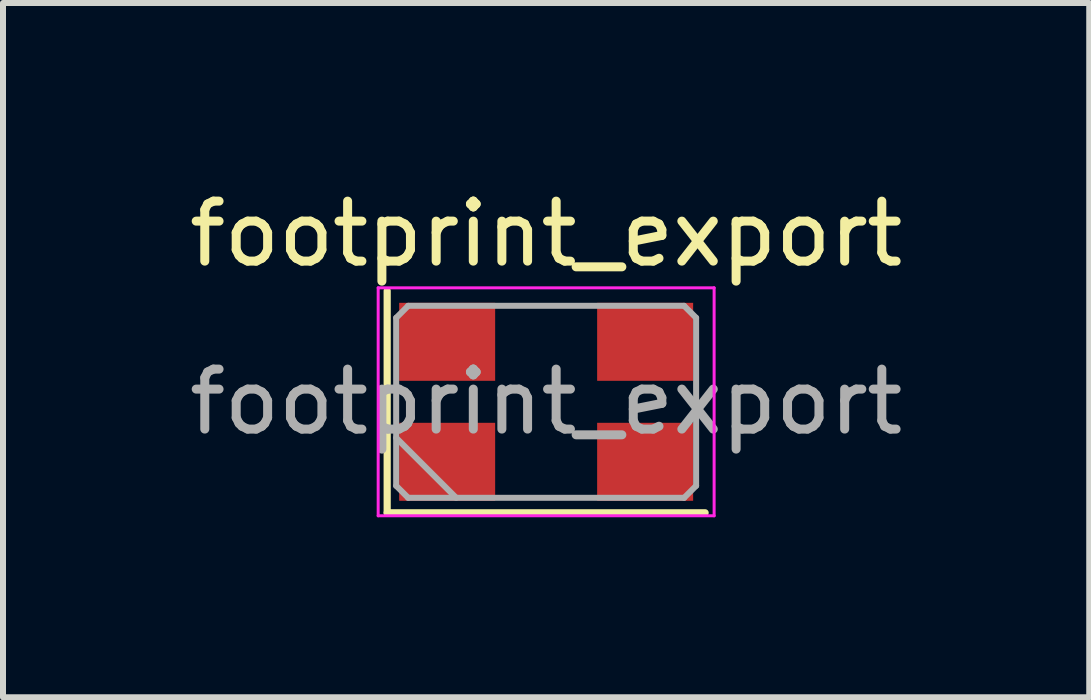
<source format=kicad_pcb>
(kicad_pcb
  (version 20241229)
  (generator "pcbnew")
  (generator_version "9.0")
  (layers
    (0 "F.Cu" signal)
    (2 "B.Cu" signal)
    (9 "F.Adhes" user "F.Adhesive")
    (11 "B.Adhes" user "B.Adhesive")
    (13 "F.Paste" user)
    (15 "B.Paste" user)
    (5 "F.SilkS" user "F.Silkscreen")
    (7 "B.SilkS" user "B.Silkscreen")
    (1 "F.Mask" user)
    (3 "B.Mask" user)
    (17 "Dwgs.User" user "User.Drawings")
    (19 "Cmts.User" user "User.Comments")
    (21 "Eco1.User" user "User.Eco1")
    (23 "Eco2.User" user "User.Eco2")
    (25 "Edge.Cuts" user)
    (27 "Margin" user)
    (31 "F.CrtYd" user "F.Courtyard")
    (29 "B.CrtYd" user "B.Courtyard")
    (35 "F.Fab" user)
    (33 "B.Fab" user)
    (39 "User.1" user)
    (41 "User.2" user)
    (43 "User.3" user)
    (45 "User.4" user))
  (footprint "footprint_export"
    (layer "F.Cu")
    (at 6.054 3.648)
    (property "Reference" "footprint_export" (at 0 -2.8 0) (layer "F.SilkS") (effects (font (size 1 1) (thickness 0.15))))
    (attr smd)
    (fp_line (start -2.65 -1.85) (end -2.65 1.85) (stroke (width 0.12) (type solid)) (layer "F.SilkS"))
    (fp_line (start -2.65 1.85) (end 2.65 1.85) (stroke (width 0.12) (type solid)) (layer "F.SilkS"))
    (fp_line (start -2.8 -1.9) (end -2.8 1.9) (stroke (width 0.05) (type solid)) (layer "F.CrtYd"))
    (fp_line (start -2.8 1.9) (end 2.8 1.9) (stroke (width 0.05) (type solid)) (layer "F.CrtYd"))
    (fp_line (start 2.8 -1.9) (end -2.8 -1.9) (stroke (width 0.05) (type solid)) (layer "F.CrtYd"))
    (fp_line (start 2.8 1.9) (end 2.8 -1.9) (stroke (width 0.05) (type solid)) (layer "F.CrtYd"))
    (fp_line (start -2.5 -1.4) (end -2.3 -1.6) (stroke (width 0.1) (type solid)) (layer "F.Fab"))
    (fp_line (start -2.5 0.6) (end -1.5 1.6) (stroke (width 0.1) (type solid)) (layer "F.Fab"))
    (fp_line (start -2.5 1.4) (end -2.5 -1.4) (stroke (width 0.1) (type solid)) (layer "F.Fab"))
    (fp_line (start -2.3 -1.6) (end 2.3 -1.6) (stroke (width 0.1) (type solid)) (layer "F.Fab"))
    (fp_line (start -2.3 1.6) (end -2.5 1.4) (stroke (width 0.1) (type solid)) (layer "F.Fab"))
    (fp_line (start 2.3 -1.6) (end 2.5 -1.4) (stroke (width 0.1) (type solid)) (layer "F.Fab"))
    (fp_line (start 2.3 1.6) (end -2.3 1.6) (stroke (width 0.1) (type solid)) (layer "F.Fab"))
    (fp_line (start 2.5 -1.4) (end 2.5 1.4) (stroke (width 0.1) (type solid)) (layer "F.Fab"))
    (fp_line (start 2.5 1.4) (end 2.3 1.6) (stroke (width 0.1) (type solid)) (layer "F.Fab"))
    (fp_text user "${REFERENCE}" (at 0 0 0) (layer "F.Fab") (effects (font (size 1 1) (thickness 0.15))))
    (pad "1" smd rect (at -1.65 1) (size 1.6 1.3) (layers "F.Cu" "F.Mask" "F.Paste"))
    (pad "2" smd rect (at 1.65 1) (size 1.6 1.3) (layers "F.Cu" "F.Mask" "F.Paste"))
    (pad "3" smd rect (at 1.65 -1) (size 1.6 1.3) (layers "F.Cu" "F.Mask" "F.Paste"))
    (pad "4" smd rect (at -1.65 -1) (size 1.6 1.3) (layers "F.Cu" "F.Mask" "F.Paste")))
  (gr_rect
    (start -3 -3)
    (end 15.107 8.573)
    (stroke (width 0.1) (type default))
    (fill no)
    (layer "Edge.Cuts")))
</source>
